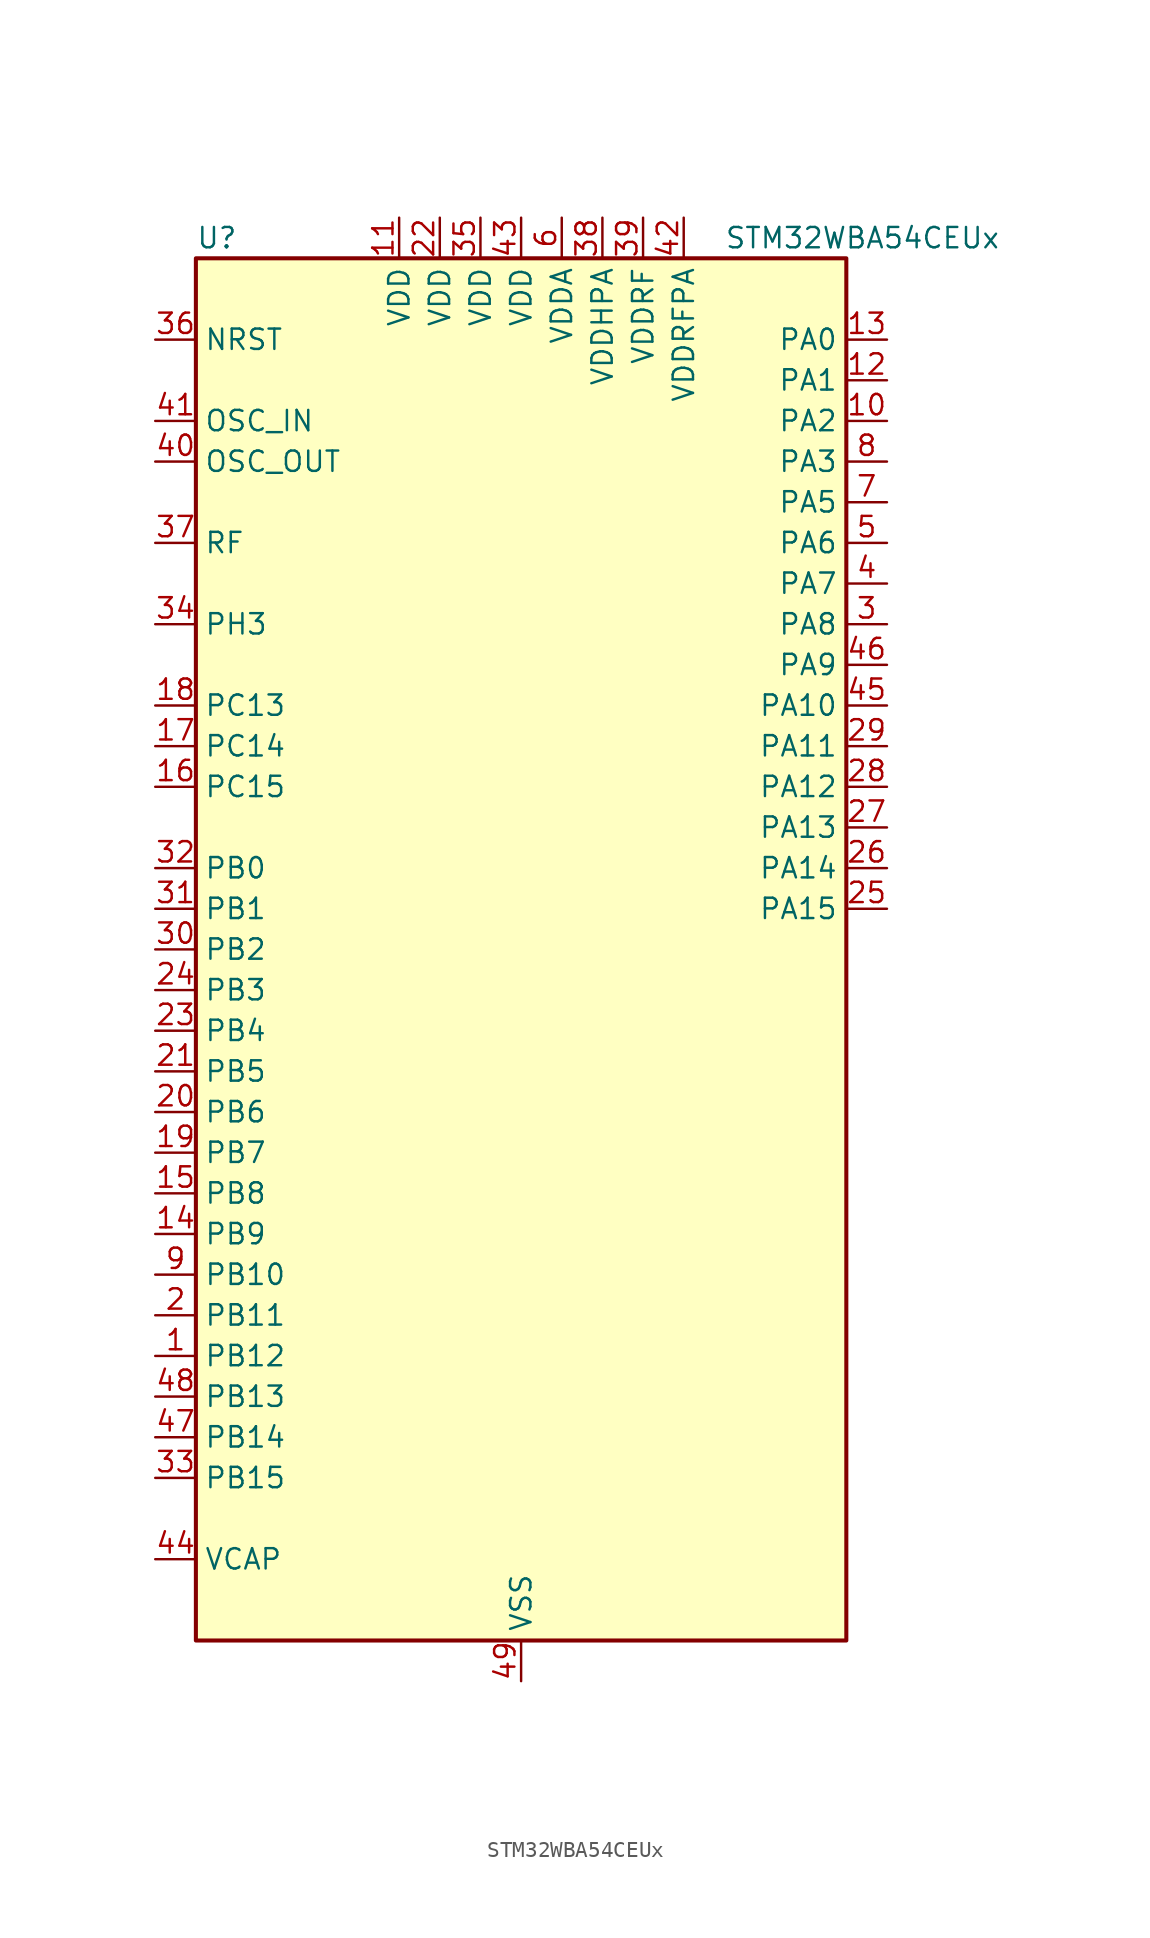
<source format=kicad_sym>
(kicad_symbol_lib
  (version 20231120)
  (generator "kicad-library-utils")
  (generator_version "8.0")
  (symbol "STM32WBA54CEUx"
    (property "Reference" "U"
      (at -20.32 44.45 0)
      (effects (font (size 1.27 1.27)) (justify left)))
    (property "Value" "STM32WBA54CEUx"
      (at 12.7 44.45 0)
      (effects (font (size 1.27 1.27)) (justify left)))
    (symbol "STM32WBA54CEUx_0_1"
      (rectangle (start -20.32 -43.18) (end 20.32 43.18) (stroke (width 0.254) (type default)) (fill (type background))))
    (symbol "STM32WBA54CEUx_1_1"
      (pin bidirectional line (at -22.86 -25.4 0) (length 2.54) (name "PB12" (effects (font (size 1.27 1.27)))) (number "1" (effects (font (size 1.27 1.27)))) (alternate "SAI1_SD_A" bidirectional line) (alternate "SPI1_RDY" bidirectional line) (alternate "TIM2_CH1" bidirectional line) (alternate "TIM2_ETR" bidirectional line) (alternate "TIM3_ETR" bidirectional line) (alternate "TSC_SYNC" bidirectional line) (alternate "USART1_TX" bidirectional line))
      (pin bidirectional line (at 22.86 33.02 180) (length 2.54) (name "PA2" (effects (font (size 1.27 1.27)))) (number "10" (effects (font (size 1.27 1.27)))) (alternate "ADC4_IN7" bidirectional line) (alternate "COMP1_INP" bidirectional line) (alternate "LPUART1_TX" bidirectional line) (alternate "PWR_WKUP4" bidirectional line) (alternate "RCC_LSCO" bidirectional line) (alternate "SAI1_D1" bidirectional line) (alternate "TIM16_CH1" bidirectional line) (alternate "TIM1_BKIN" bidirectional line) (alternate "TIM3_CH1" bidirectional line) (alternate "TSC_G4_IO4" bidirectional line) (alternate "USART1_DE" bidirectional line) (alternate "USART1_RTS" bidirectional line))
      (pin power_in line (at -7.62 45.72 270) (length 2.54) (name "VDD" (effects (font (size 1.27 1.27)))) (number "11" (effects (font (size 1.27 1.27)))))
      (pin bidirectional line (at 22.86 35.56 180) (length 2.54) (name "PA1" (effects (font (size 1.27 1.27)))) (number "12" (effects (font (size 1.27 1.27)))) (alternate "ADC4_IN8" bidirectional line) (alternate "COMP1_INM" bidirectional line) (alternate "LPTIM2_CH2" bidirectional line) (alternate "LPUART1_RX" bidirectional line) (alternate "PWR_WKUP3" bidirectional line) (alternate "SAI1_CK1" bidirectional line) (alternate "SPI1_RDY" bidirectional line) (alternate "TIM17_CH1" bidirectional line) (alternate "TIM1_CH1N" bidirectional line) (alternate "TIM3_CH2" bidirectional line) (alternate "TSC_G2_IO1" bidirectional line) (alternate "USART1_CK" bidirectional line))
      (pin bidirectional line (at 22.86 38.1 180) (length 2.54) (name "PA0" (effects (font (size 1.27 1.27)))) (number "13" (effects (font (size 1.27 1.27)))) (alternate "ADC4_IN9" bidirectional line) (alternate "COMP2_INP" bidirectional line) (alternate "LPTIM1_IN1" bidirectional line) (alternate "LPUART1_CTS" bidirectional line) (alternate "PWR_WKUP1" bidirectional line) (alternate "SPI3_SCK" bidirectional line) (alternate "TIM1_CH2N" bidirectional line) (alternate "TIM3_CH3" bidirectional line) (alternate "TIM3_ETR" bidirectional line) (alternate "TSC_G2_IO2" bidirectional line))
      (pin bidirectional line (at -22.86 -17.78 0) (length 2.54) (name "PB9" (effects (font (size 1.27 1.27)))) (number "14" (effects (font (size 1.27 1.27)))) (alternate "ADC4_IN10" bidirectional line) (alternate "COMP2_INM" bidirectional line) (alternate "IR_OUT" bidirectional line) (alternate "LPTIM2_IN1" bidirectional line) (alternate "LPUART1_DE" bidirectional line) (alternate "LPUART1_RTS" bidirectional line) (alternate "PWR_WKUP8" bidirectional line) (alternate "SPI3_MISO" bidirectional line) (alternate "TIM16_CH1" bidirectional line) (alternate "TIM1_CH3N" bidirectional line) (alternate "TIM3_CH4" bidirectional line) (alternate "TSC_G2_IO3" bidirectional line))
      (pin bidirectional line (at -22.86 -15.24 0) (length 2.54) (name "PB8" (effects (font (size 1.27 1.27)))) (number "15" (effects (font (size 1.27 1.27)))) (alternate "COMP1_OUT" bidirectional line) (alternate "LPTIM1_ETR" bidirectional line) (alternate "PWR_PVD_IN" bidirectional line) (alternate "SPI3_MOSI" bidirectional line) (alternate "TIM16_CH1N" bidirectional line) (alternate "TIM1_CH1" bidirectional line) (alternate "TIM3_ETR" bidirectional line) (alternate "TSC_G2_IO4" bidirectional line) (alternate "USART2_RX" bidirectional line))
      (pin bidirectional line (at -22.86 10.16 0) (length 2.54) (name "PC15" (effects (font (size 1.27 1.27)))) (number "16" (effects (font (size 1.27 1.27)))) (alternate "ADC4_EXTI15" bidirectional line) (alternate "RCC_OSC32_OUT" bidirectional line))
      (pin bidirectional line (at -22.86 12.7 0) (length 2.54) (name "PC14" (effects (font (size 1.27 1.27)))) (number "17" (effects (font (size 1.27 1.27)))) (alternate "RCC_OSC32_IN" bidirectional line))
      (pin bidirectional line (at -22.86 15.24 0) (length 2.54) (name "PC13" (effects (font (size 1.27 1.27)))) (number "18" (effects (font (size 1.27 1.27)))) (alternate "PWR_WKUP2" bidirectional line) (alternate "RTC_OUT1" bidirectional line) (alternate "RTC_TS" bidirectional line) (alternate "TAMP_IN4" bidirectional line) (alternate "TAMP_OUT5" bidirectional line) (alternate "TIM1_BKIN2" bidirectional line) (alternate "TSC_G5_IO1" bidirectional line))
      (pin bidirectional line (at -22.86 -12.7 0) (length 2.54) (name "PB7" (effects (font (size 1.27 1.27)))) (number "19" (effects (font (size 1.27 1.27)))) (alternate "PWR_WKUP5" bidirectional line) (alternate "SAI1_SD_B" bidirectional line) (alternate "TAMP_IN5" bidirectional line) (alternate "TAMP_OUT4" bidirectional line) (alternate "TIM1_CH4N" bidirectional line) (alternate "TSC_G5_IO2" bidirectional line))
      (pin bidirectional line (at -22.86 -22.86 0) (length 2.54) (name "PB11" (effects (font (size 1.27 1.27)))) (number "2" (effects (font (size 1.27 1.27)))) (alternate "LPTIM1_CH1" bidirectional line) (alternate "LPTIM1_ETR" bidirectional line) (alternate "LPUART1_TX" bidirectional line))
      (pin bidirectional line (at -22.86 -10.16 0) (length 2.54) (name "PB6" (effects (font (size 1.27 1.27)))) (number "20" (effects (font (size 1.27 1.27)))) (alternate "PWR_WKUP3" bidirectional line) (alternate "SAI1_SCK_B" bidirectional line) (alternate "TIM2_CH1" bidirectional line) (alternate "TIM2_ETR" bidirectional line) (alternate "TSC_G5_IO3" bidirectional line))
      (pin bidirectional line (at -22.86 -7.62 0) (length 2.54) (name "PB5" (effects (font (size 1.27 1.27)))) (number "21" (effects (font (size 1.27 1.27)))) (alternate "LPUART1_TX" bidirectional line) (alternate "SAI1_D2" bidirectional line) (alternate "SAI1_FS_B" bidirectional line) (alternate "TIM3_CH1" bidirectional line) (alternate "TSC_G5_IO4" bidirectional line))
      (pin power_in line (at -5.08 45.72 270) (length 2.54) (name "VDD" (effects (font (size 1.27 1.27)))) (number "22" (effects (font (size 1.27 1.27)))))
      (pin bidirectional line (at -22.86 -5.08 0) (length 2.54) (name "PB4" (effects (font (size 1.27 1.27)))) (number "23" (effects (font (size 1.27 1.27)))) (alternate "DEBUG_JTRST" bidirectional line) (alternate "LPTIM2_IN2" bidirectional line) (alternate "PTA_ACTIVE" bidirectional line) (alternate "PTA_PRIORITY" bidirectional line) (alternate "SAI1_MCLK_B" bidirectional line) (alternate "SPI1_SCK" bidirectional line) (alternate "TIM17_CH1" bidirectional line) (alternate "TIM1_CH3" bidirectional line) (alternate "TSC_G3_IO1" bidirectional line) (alternate "USART2_RX" bidirectional line))
      (pin bidirectional line (at -22.86 -2.54 0) (length 2.54) (name "PB3" (effects (font (size 1.27 1.27)))) (number "24" (effects (font (size 1.27 1.27)))) (alternate "DEBUG_JTDO-SWO" bidirectional line) (alternate "I2C1_SDA" bidirectional line) (alternate "LPTIM1_IN2" bidirectional line) (alternate "PTA_ACTIVE" bidirectional line) (alternate "SPI1_MISO" bidirectional line) (alternate "TIM17_CH1N" bidirectional line) (alternate "TIM1_CH4" bidirectional line) (alternate "TSC_G3_IO2" bidirectional line) (alternate "USART2_CK" bidirectional line))
      (pin bidirectional line (at 22.86 2.54 180) (length 2.54) (name "PA15" (effects (font (size 1.27 1.27)))) (number "25" (effects (font (size 1.27 1.27)))) (alternate "ADC4_EXTI15" bidirectional line) (alternate "DEBUG_JTDI" bidirectional line) (alternate "I2C1_SCL" bidirectional line) (alternate "LPTIM1_CH2" bidirectional line) (alternate "PTA_STATUS" bidirectional line) (alternate "SPI1_MOSI" bidirectional line) (alternate "TIM17_BKIN" bidirectional line) (alternate "TIM1_ETR" bidirectional line) (alternate "TSC_G3_IO3" bidirectional line) (alternate "USART2_DE" bidirectional line) (alternate "USART2_RTS" bidirectional line))
      (pin bidirectional line (at 22.86 5.08 180) (length 2.54) (name "PA14" (effects (font (size 1.27 1.27)))) (number "26" (effects (font (size 1.27 1.27)))) (alternate "COMP2_OUT" bidirectional line) (alternate "DEBUG_JTCK-SWCLK" bidirectional line) (alternate "PTA_STATUS" bidirectional line) (alternate "TAMP_IN3" bidirectional line) (alternate "TAMP_OUT6" bidirectional line) (alternate "USART2_TX" bidirectional line))
      (pin bidirectional line (at 22.86 7.62 180) (length 2.54) (name "PA13" (effects (font (size 1.27 1.27)))) (number "27" (effects (font (size 1.27 1.27)))) (alternate "DEBUG_JTMS-SWDIO" bidirectional line) (alternate "IR_OUT" bidirectional line) (alternate "PTA_PRIORITY" bidirectional line))
      (pin bidirectional line (at 22.86 10.16 180) (length 2.54) (name "PA12" (effects (font (size 1.27 1.27)))) (number "28" (effects (font (size 1.27 1.27)))) (alternate "COMP2_OUT" bidirectional line) (alternate "PTA_STATUS" bidirectional line) (alternate "PWR_WKUP6" bidirectional line) (alternate "RF_ANTSW0" bidirectional line) (alternate "SPI1_NSS" bidirectional line) (alternate "TIM1_CH2" bidirectional line) (alternate "TSC_G3_IO4" bidirectional line) (alternate "USART2_TX" bidirectional line))
      (pin bidirectional line (at 22.86 12.7 180) (length 2.54) (name "PA11" (effects (font (size 1.27 1.27)))) (number "29" (effects (font (size 1.27 1.27)))) (alternate "LPTIM2_CH1" bidirectional line) (alternate "RF_ANTSW1" bidirectional line) (alternate "TIM1_CH1" bidirectional line) (alternate "USART2_RX" bidirectional line))
      (pin bidirectional line (at 22.86 20.32 180) (length 2.54) (name "PA8" (effects (font (size 1.27 1.27)))) (number "3" (effects (font (size 1.27 1.27)))) (alternate "ADC4_IN1" bidirectional line) (alternate "LPTIM1_CH2" bidirectional line) (alternate "RCC_MCO" bidirectional line) (alternate "SAI1_FS_A" bidirectional line) (alternate "SPI3_RDY" bidirectional line) (alternate "TIM2_CH2" bidirectional line) (alternate "TSC_G1_IO1" bidirectional line) (alternate "USART1_RX" bidirectional line))
      (pin bidirectional line (at -22.86 0 0) (length 2.54) (name "PB2" (effects (font (size 1.27 1.27)))) (number "30" (effects (font (size 1.27 1.27)))) (alternate "I2C1_SCL" bidirectional line) (alternate "I2C3_SCL" bidirectional line) (alternate "PWR_WKUP1" bidirectional line) (alternate "RF_ANTSW2" bidirectional line) (alternate "RTC_OUT2" bidirectional line) (alternate "TIM1_CH1N" bidirectional line) (alternate "USART2_CTS" bidirectional line))
      (pin bidirectional line (at -22.86 2.54 0) (length 2.54) (name "PB1" (effects (font (size 1.27 1.27)))) (number "31" (effects (font (size 1.27 1.27)))) (alternate "I2C1_SDA" bidirectional line) (alternate "I2C3_SDA" bidirectional line) (alternate "PWR_WKUP4" bidirectional line) (alternate "TIM1_CH2N" bidirectional line) (alternate "USART2_DE" bidirectional line) (alternate "USART2_RTS" bidirectional line))
      (pin bidirectional line (at -22.86 5.08 0) (length 2.54) (name "PB0" (effects (font (size 1.27 1.27)))) (number "32" (effects (font (size 1.27 1.27)))) (alternate "LPTIM2_IN2" bidirectional line) (alternate "TIM1_CH3N" bidirectional line) (alternate "USART2_TX" bidirectional line))
      (pin bidirectional line (at -22.86 -33.02 0) (length 2.54) (name "PB15" (effects (font (size 1.27 1.27)))) (number "33" (effects (font (size 1.27 1.27)))) (alternate "ADC4_EXTI15" bidirectional line) (alternate "I2C1_SMBA" bidirectional line) (alternate "I2C3_SMBA" bidirectional line) (alternate "LPUART1_CTS" bidirectional line) (alternate "PTA_GRANT" bidirectional line) (alternate "RF_EXTPABYP" bidirectional line) (alternate "TIM16_BKIN" bidirectional line) (alternate "TIM1_BKIN2" bidirectional line) (alternate "USART2_CTS" bidirectional line))
      (pin bidirectional line (at -22.86 20.32 0) (length 2.54) (name "PH3" (effects (font (size 1.27 1.27)))) (number "34" (effects (font (size 1.27 1.27)))) (alternate "PTA_GRANT" bidirectional line) (alternate "RF_EXTPABYP" bidirectional line) (alternate "TAMP_IN2" bidirectional line) (alternate "TAMP_OUT1" bidirectional line))
      (pin power_in line (at -2.54 45.72 270) (length 2.54) (name "VDD" (effects (font (size 1.27 1.27)))) (number "35" (effects (font (size 1.27 1.27)))))
      (pin input line (at -22.86 38.1 0) (length 2.54) (name "NRST" (effects (font (size 1.27 1.27)))) (number "36" (effects (font (size 1.27 1.27)))))
      (pin bidirectional line (at -22.86 25.4 0) (length 2.54) (name "RF" (effects (font (size 1.27 1.27)))) (number "37" (effects (font (size 1.27 1.27)))))
      (pin power_in line (at 5.08 45.72 270) (length 2.54) (name "VDDHPA" (effects (font (size 1.27 1.27)))) (number "38" (effects (font (size 1.27 1.27)))))
      (pin power_in line (at 7.62 45.72 270) (length 2.54) (name "VDDRF" (effects (font (size 1.27 1.27)))) (number "39" (effects (font (size 1.27 1.27)))))
      (pin bidirectional line (at 22.86 22.86 180) (length 2.54) (name "PA7" (effects (font (size 1.27 1.27)))) (number "4" (effects (font (size 1.27 1.27)))) (alternate "ADC4_IN2" bidirectional line) (alternate "COMP1_OUT" bidirectional line) (alternate "I2C3_SDA" bidirectional line) (alternate "PWR_WKUP8" bidirectional line) (alternate "SAI1_SCK_A" bidirectional line) (alternate "TAMP_IN1" bidirectional line) (alternate "TAMP_OUT2" bidirectional line) (alternate "TIM2_CH3" bidirectional line) (alternate "TSC_G1_IO2" bidirectional line) (alternate "USART1_CTS" bidirectional line))
      (pin input line (at -22.86 30.48 0) (length 2.54) (name "OSC_OUT" (effects (font (size 1.27 1.27)))) (number "40" (effects (font (size 1.27 1.27)))) (alternate "RCC_OSC_OUT" bidirectional line))
      (pin input line (at -22.86 33.02 0) (length 2.54) (name "OSC_IN" (effects (font (size 1.27 1.27)))) (number "41" (effects (font (size 1.27 1.27)))) (alternate "RCC_OSC_IN" bidirectional line))
      (pin power_in line (at 10.16 45.72 270) (length 2.54) (name "VDDRFPA" (effects (font (size 1.27 1.27)))) (number "42" (effects (font (size 1.27 1.27)))))
      (pin power_in line (at 0 45.72 270) (length 2.54) (name "VDD" (effects (font (size 1.27 1.27)))) (number "43" (effects (font (size 1.27 1.27)))))
      (pin power_out line (at -22.86 -38.1 0) (length 2.54) (name "VCAP" (effects (font (size 1.27 1.27)))) (number "44" (effects (font (size 1.27 1.27)))))
      (pin bidirectional line (at 22.86 15.24 180) (length 2.54) (name "PA10" (effects (font (size 1.27 1.27)))) (number "45" (effects (font (size 1.27 1.27)))) (alternate "LPUART1_RX" bidirectional line) (alternate "SAI1_D1" bidirectional line) (alternate "TIM3_CH1" bidirectional line))
      (pin bidirectional line (at 22.86 17.78 180) (length 2.54) (name "PA9" (effects (font (size 1.27 1.27)))) (number "46" (effects (font (size 1.27 1.27)))) (alternate "LPUART1_DE" bidirectional line) (alternate "LPUART1_RTS" bidirectional line) (alternate "SAI1_CK1" bidirectional line) (alternate "TIM3_CH2" bidirectional line))
      (pin bidirectional line (at -22.86 -30.48 0) (length 2.54) (name "PB14" (effects (font (size 1.27 1.27)))) (number "47" (effects (font (size 1.27 1.27)))) (alternate "PWR_WKUP7" bidirectional line) (alternate "RTC_REFIN" bidirectional line) (alternate "SAI1_SD_A" bidirectional line) (alternate "TIM3_CH3" bidirectional line) (alternate "TSC_G6_IO1" bidirectional line) (alternate "USART1_TX" bidirectional line))
      (pin bidirectional line (at -22.86 -27.94 0) (length 2.54) (name "PB13" (effects (font (size 1.27 1.27)))) (number "48" (effects (font (size 1.27 1.27)))) (alternate "TIM3_CH4" bidirectional line) (alternate "TSC_G6_IO2" bidirectional line))
      (pin power_in line (at 0 -45.72 90) (length 2.54) (name "VSS" (effects (font (size 1.27 1.27)))) (number "49" (effects (font (size 1.27 1.27)))))
      (pin bidirectional line (at 22.86 25.4 180) (length 2.54) (name "PA6" (effects (font (size 1.27 1.27)))) (number "5" (effects (font (size 1.27 1.27)))) (alternate "ADC4_IN3" bidirectional line) (alternate "I2C3_SCL" bidirectional line) (alternate "PWR_CSTOP" bidirectional line) (alternate "PWR_WKUP7" bidirectional line) (alternate "SAI1_CK2" bidirectional line) (alternate "SAI1_MCLK_A" bidirectional line) (alternate "SPI3_RDY" bidirectional line) (alternate "TIM2_CH4" bidirectional line) (alternate "TSC_G1_IO3" bidirectional line) (alternate "USART1_DE" bidirectional line) (alternate "USART1_RTS" bidirectional line))
      (pin power_in line (at 2.54 45.72 270) (length 2.54) (name "VDDA" (effects (font (size 1.27 1.27)))) (number "6" (effects (font (size 1.27 1.27)))))
      (pin bidirectional line (at 22.86 27.94 180) (length 2.54) (name "PA5" (effects (font (size 1.27 1.27)))) (number "7" (effects (font (size 1.27 1.27)))) (alternate "ADC4_IN4" bidirectional line) (alternate "AUDIOCLK" bidirectional line) (alternate "LPTIM2_ETR" bidirectional line) (alternate "PWR_CSLEEP" bidirectional line) (alternate "PWR_WKUP6" bidirectional line) (alternate "SAI1_D2" bidirectional line) (alternate "SPI3_NSS" bidirectional line) (alternate "TIM2_CH1" bidirectional line) (alternate "TIM2_ETR" bidirectional line) (alternate "TSC_G1_IO4" bidirectional line) (alternate "USART1_CK" bidirectional line))
      (pin bidirectional line (at 22.86 30.48 180) (length 2.54) (name "PA3" (effects (font (size 1.27 1.27)))) (number "8" (effects (font (size 1.27 1.27)))) (alternate "ADC4_IN6" bidirectional line) (alternate "PWR_WKUP5" bidirectional line) (alternate "TIM16_CH1N" bidirectional line) (alternate "TSC_G4_IO2" bidirectional line) (alternate "USART1_DE" bidirectional line) (alternate "USART1_RTS" bidirectional line))
      (pin bidirectional line (at -22.86 -20.32 0) (length 2.54) (name "PB10" (effects (font (size 1.27 1.27)))) (number "9" (effects (font (size 1.27 1.27)))) (alternate "TIM16_BKIN" bidirectional line) (alternate "TSC_G4_IO3" bidirectional line) (alternate "USART1_CK" bidirectional line)))))
</source>
